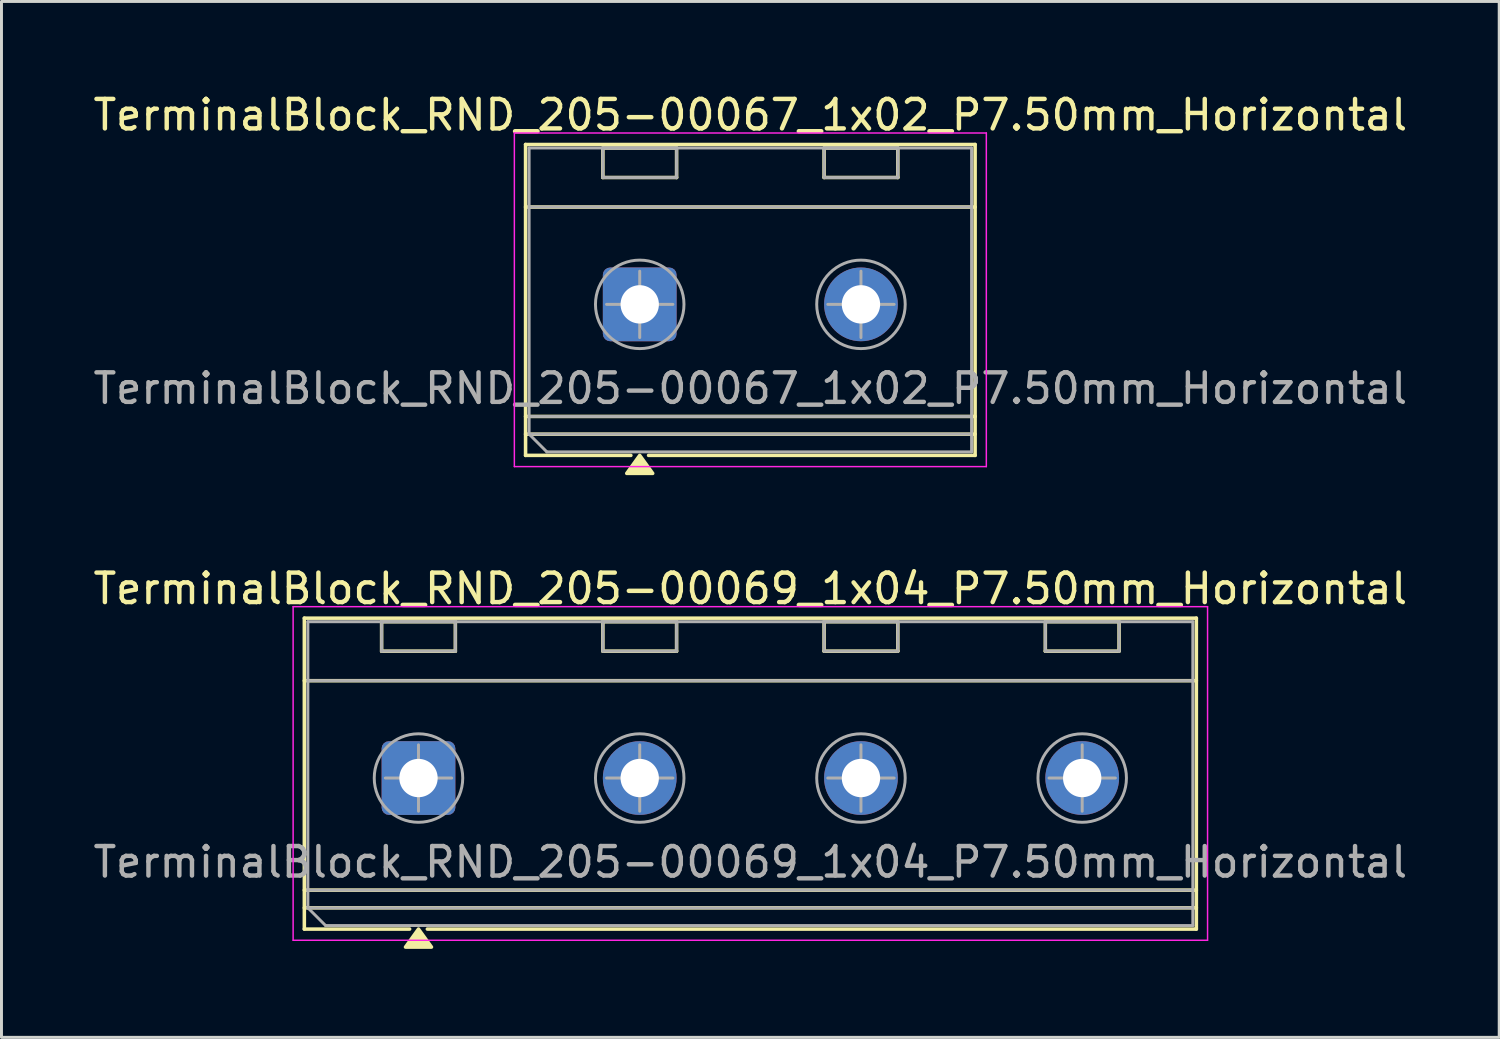
<source format=kicad_pcb>
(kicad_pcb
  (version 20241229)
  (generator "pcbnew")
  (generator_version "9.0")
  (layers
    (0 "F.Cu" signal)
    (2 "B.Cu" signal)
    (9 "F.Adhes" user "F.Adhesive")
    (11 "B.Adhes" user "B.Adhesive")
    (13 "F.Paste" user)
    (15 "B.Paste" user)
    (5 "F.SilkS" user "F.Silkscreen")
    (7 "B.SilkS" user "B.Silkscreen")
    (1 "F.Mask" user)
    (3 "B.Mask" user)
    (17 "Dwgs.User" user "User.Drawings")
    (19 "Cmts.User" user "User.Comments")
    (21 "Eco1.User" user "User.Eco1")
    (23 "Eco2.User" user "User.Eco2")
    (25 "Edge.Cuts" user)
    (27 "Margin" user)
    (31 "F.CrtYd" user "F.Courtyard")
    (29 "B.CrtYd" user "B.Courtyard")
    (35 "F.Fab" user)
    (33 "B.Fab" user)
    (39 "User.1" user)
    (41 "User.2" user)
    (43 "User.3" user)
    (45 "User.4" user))
  (footprint "TerminalBlock_RND_205-00069_1x04_P7.50mm_Horizontal"
    (layer "F.Cu")
    (at 11.137 23.326)
    (property "Reference" "TerminalBlock_RND_205-00069_1x04_P7.50mm_Horizontal" (at 11.25 -6.42 0) (layer "F.SilkS") (effects (font (size 1 1) (thickness 0.15))))
    (attr through_hole)
    (fp_line (start -3.87 -5.42) (end -3.87 5.12) (stroke (width 0.12) (type solid)) (layer "F.SilkS"))
    (fp_line (start -3.87 -5.42) (end 26.37 -5.42) (stroke (width 0.12) (type solid)) (layer "F.SilkS"))
    (fp_line (start -3.87 -3.3) (end 26.37 -3.3) (stroke (width 0.12) (type solid)) (layer "F.SilkS"))
    (fp_line (start -3.87 3.8) (end 26.37 3.8) (stroke (width 0.12) (type solid)) (layer "F.SilkS"))
    (fp_line (start -3.87 4.4) (end 26.37 4.4) (stroke (width 0.12) (type solid)) (layer "F.SilkS"))
    (fp_line (start -3.87 5.12) (end -0.3 5.12) (stroke (width 0.12) (type solid)) (layer "F.SilkS"))
    (fp_line (start -1.25 -5.3) (end -1.25 -4.3) (stroke (width 0.12) (type solid)) (layer "F.SilkS"))
    (fp_line (start -1.25 -5.3) (end 1.25 -5.3) (stroke (width 0.12) (type solid)) (layer "F.SilkS"))
    (fp_line (start -1.25 -4.3) (end 1.25 -4.3) (stroke (width 0.12) (type solid)) (layer "F.SilkS"))
    (fp_line (start 0.3 5.12) (end 26.37 5.12) (stroke (width 0.12) (type solid)) (layer "F.SilkS"))
    (fp_line (start 1.25 -5.3) (end 1.25 -4.3) (stroke (width 0.12) (type solid)) (layer "F.SilkS"))
    (fp_line (start 6.25 -5.3) (end 6.25 -4.3) (stroke (width 0.12) (type solid)) (layer "F.SilkS"))
    (fp_line (start 6.25 -5.3) (end 8.75 -5.3) (stroke (width 0.12) (type solid)) (layer "F.SilkS"))
    (fp_line (start 6.25 -4.3) (end 8.75 -4.3) (stroke (width 0.12) (type solid)) (layer "F.SilkS"))
    (fp_line (start 8.75 -5.3) (end 8.75 -4.3) (stroke (width 0.12) (type solid)) (layer "F.SilkS"))
    (fp_line (start 13.75 -5.3) (end 13.75 -4.3) (stroke (width 0.12) (type solid)) (layer "F.SilkS"))
    (fp_line (start 13.75 -5.3) (end 16.25 -5.3) (stroke (width 0.12) (type solid)) (layer "F.SilkS"))
    (fp_line (start 13.75 -4.3) (end 16.25 -4.3) (stroke (width 0.12) (type solid)) (layer "F.SilkS"))
    (fp_line (start 16.25 -5.3) (end 16.25 -4.3) (stroke (width 0.12) (type solid)) (layer "F.SilkS"))
    (fp_line (start 21.25 -5.3) (end 21.25 -4.3) (stroke (width 0.12) (type solid)) (layer "F.SilkS"))
    (fp_line (start 21.25 -5.3) (end 23.75 -5.3) (stroke (width 0.12) (type solid)) (layer "F.SilkS"))
    (fp_line (start 21.25 -4.3) (end 23.75 -4.3) (stroke (width 0.12) (type solid)) (layer "F.SilkS"))
    (fp_line (start 23.75 -5.3) (end 23.75 -4.3) (stroke (width 0.12) (type solid)) (layer "F.SilkS"))
    (fp_line (start 26.37 -5.42) (end 26.37 5.12) (stroke (width 0.12) (type solid)) (layer "F.SilkS"))
    (fp_poly (pts (xy 0 5.12) (xy 0.44 5.73) (xy -0.44 5.73)) (stroke (width 0.12) (type solid)) (fill yes) (layer "F.SilkS"))
    (fp_line (start -4.25 -5.81) (end -4.25 5.5) (stroke (width 0.05) (type solid)) (layer "F.CrtYd"))
    (fp_line (start -4.25 5.5) (end 26.75 5.5) (stroke (width 0.05) (type solid)) (layer "F.CrtYd"))
    (fp_line (start 26.75 -5.81) (end -4.25 -5.81) (stroke (width 0.05) (type solid)) (layer "F.CrtYd"))
    (fp_line (start 26.75 5.5) (end 26.75 -5.81) (stroke (width 0.05) (type solid)) (layer "F.CrtYd"))
    (fp_line (start -3.75 -5.3) (end 26.25 -5.3) (stroke (width 0.1) (type solid)) (layer "F.Fab"))
    (fp_line (start -3.75 -3.3) (end 26.25 -3.3) (stroke (width 0.1) (type solid)) (layer "F.Fab"))
    (fp_line (start -3.75 3.8) (end 26.25 3.8) (stroke (width 0.1) (type solid)) (layer "F.Fab"))
    (fp_line (start -3.75 4.4) (end -3.75 -5.3) (stroke (width 0.1) (type solid)) (layer "F.Fab"))
    (fp_line (start -3.75 4.4) (end 26.25 4.4) (stroke (width 0.1) (type solid)) (layer "F.Fab"))
    (fp_line (start -3.15 5) (end -3.75 4.4) (stroke (width 0.1) (type solid)) (layer "F.Fab"))
    (fp_line (start -1.25 -5.3) (end -1.25 -4.3) (stroke (width 0.1) (type solid)) (layer "F.Fab"))
    (fp_line (start -1.25 -4.3) (end 1.25 -4.3) (stroke (width 0.1) (type solid)) (layer "F.Fab"))
    (fp_line (start -1.125 0) (end 1.125 0) (stroke (width 0.1) (type solid)) (layer "F.Fab"))
    (fp_line (start 0 -1.125) (end 0 1.125) (stroke (width 0.1) (type solid)) (layer "F.Fab"))
    (fp_line (start 1.25 -5.3) (end -1.25 -5.3) (stroke (width 0.1) (type solid)) (layer "F.Fab"))
    (fp_line (start 1.25 -4.3) (end 1.25 -5.3) (stroke (width 0.1) (type solid)) (layer "F.Fab"))
    (fp_line (start 6.25 -5.3) (end 6.25 -4.3) (stroke (width 0.1) (type solid)) (layer "F.Fab"))
    (fp_line (start 6.25 -4.3) (end 8.75 -4.3) (stroke (width 0.1) (type solid)) (layer "F.Fab"))
    (fp_line (start 6.375 0) (end 8.625 0) (stroke (width 0.1) (type solid)) (layer "F.Fab"))
    (fp_line (start 7.5 -1.125) (end 7.5 1.125) (stroke (width 0.1) (type solid)) (layer "F.Fab"))
    (fp_line (start 8.75 -5.3) (end 6.25 -5.3) (stroke (width 0.1) (type solid)) (layer "F.Fab"))
    (fp_line (start 8.75 -4.3) (end 8.75 -5.3) (stroke (width 0.1) (type solid)) (layer "F.Fab"))
    (fp_line (start 13.75 -5.3) (end 13.75 -4.3) (stroke (width 0.1) (type solid)) (layer "F.Fab"))
    (fp_line (start 13.75 -4.3) (end 16.25 -4.3) (stroke (width 0.1) (type solid)) (layer "F.Fab"))
    (fp_line (start 13.875 0) (end 16.125 0) (stroke (width 0.1) (type solid)) (layer "F.Fab"))
    (fp_line (start 15 -1.125) (end 15 1.125) (stroke (width 0.1) (type solid)) (layer "F.Fab"))
    (fp_line (start 16.25 -5.3) (end 13.75 -5.3) (stroke (width 0.1) (type solid)) (layer "F.Fab"))
    (fp_line (start 16.25 -4.3) (end 16.25 -5.3) (stroke (width 0.1) (type solid)) (layer "F.Fab"))
    (fp_line (start 21.25 -5.3) (end 21.25 -4.3) (stroke (width 0.1) (type solid)) (layer "F.Fab"))
    (fp_line (start 21.25 -4.3) (end 23.75 -4.3) (stroke (width 0.1) (type solid)) (layer "F.Fab"))
    (fp_line (start 21.375 0) (end 23.625 0) (stroke (width 0.1) (type solid)) (layer "F.Fab"))
    (fp_line (start 22.5 -1.125) (end 22.5 1.125) (stroke (width 0.1) (type solid)) (layer "F.Fab"))
    (fp_line (start 23.75 -5.3) (end 21.25 -5.3) (stroke (width 0.1) (type solid)) (layer "F.Fab"))
    (fp_line (start 23.75 -4.3) (end 23.75 -5.3) (stroke (width 0.1) (type solid)) (layer "F.Fab"))
    (fp_line (start 26.25 -5.3) (end 26.25 5) (stroke (width 0.1) (type solid)) (layer "F.Fab"))
    (fp_line (start 26.25 5) (end -3.15 5) (stroke (width 0.1) (type solid)) (layer "F.Fab"))
    (fp_circle (center 0 0) (end 1.5 0) (stroke (width 0.1) (type solid)) (fill no) (layer "F.Fab"))
    (fp_circle (center 7.5 0) (end 9 0) (stroke (width 0.1) (type solid)) (fill no) (layer "F.Fab"))
    (fp_circle (center 15 0) (end 16.5 0) (stroke (width 0.1) (type solid)) (fill no) (layer "F.Fab"))
    (fp_circle (center 22.5 0) (end 24 0) (stroke (width 0.1) (type solid)) (fill no) (layer "F.Fab"))
    (fp_text user "${REFERENCE}" (at 11.25 2.85 0) (layer "F.Fab") (effects (font (size 1 1) (thickness 0.15))))
    (pad "1" thru_hole roundrect (at 0 0) (size 2.5 2.5) (drill 1.3) (layers "*.Cu" "*.Mask") (roundrect_rratio 0.1))
    (pad "2" thru_hole circle (at 7.5 0) (size 2.5 2.5) (drill 1.3) (layers "*.Cu" "*.Mask"))
    (pad "3" thru_hole circle (at 15 0) (size 2.5 2.5) (drill 1.3) (layers "*.Cu" "*.Mask"))
    (pad "4" thru_hole circle (at 22.5 0) (size 2.5 2.5) (drill 1.3) (layers "*.Cu" "*.Mask")))
  (footprint "TerminalBlock_RND_205-00067_1x02_P7.50mm_Horizontal"
    (layer "F.Cu")
    (at 18.637 7.268)
    (property "Reference" "TerminalBlock_RND_205-00067_1x02_P7.50mm_Horizontal" (at 3.75 -6.42 0) (layer "F.SilkS") (effects (font (size 1 1) (thickness 0.15))))
    (attr through_hole)
    (fp_line (start -3.87 -5.42) (end -3.87 5.12) (stroke (width 0.12) (type solid)) (layer "F.SilkS"))
    (fp_line (start -3.87 -5.42) (end 11.37 -5.42) (stroke (width 0.12) (type solid)) (layer "F.SilkS"))
    (fp_line (start -3.87 -3.3) (end 11.37 -3.3) (stroke (width 0.12) (type solid)) (layer "F.SilkS"))
    (fp_line (start -3.87 3.8) (end 11.37 3.8) (stroke (width 0.12) (type solid)) (layer "F.SilkS"))
    (fp_line (start -3.87 4.4) (end 11.37 4.4) (stroke (width 0.12) (type solid)) (layer "F.SilkS"))
    (fp_line (start -3.87 5.12) (end -0.3 5.12) (stroke (width 0.12) (type solid)) (layer "F.SilkS"))
    (fp_line (start -1.25 -5.3) (end -1.25 -4.3) (stroke (width 0.12) (type solid)) (layer "F.SilkS"))
    (fp_line (start -1.25 -5.3) (end 1.25 -5.3) (stroke (width 0.12) (type solid)) (layer "F.SilkS"))
    (fp_line (start -1.25 -4.3) (end 1.25 -4.3) (stroke (width 0.12) (type solid)) (layer "F.SilkS"))
    (fp_line (start 0.3 5.12) (end 11.37 5.12) (stroke (width 0.12) (type solid)) (layer "F.SilkS"))
    (fp_line (start 1.25 -5.3) (end 1.25 -4.3) (stroke (width 0.12) (type solid)) (layer "F.SilkS"))
    (fp_line (start 6.25 -5.3) (end 6.25 -4.3) (stroke (width 0.12) (type solid)) (layer "F.SilkS"))
    (fp_line (start 6.25 -5.3) (end 8.75 -5.3) (stroke (width 0.12) (type solid)) (layer "F.SilkS"))
    (fp_line (start 6.25 -4.3) (end 8.75 -4.3) (stroke (width 0.12) (type solid)) (layer "F.SilkS"))
    (fp_line (start 8.75 -5.3) (end 8.75 -4.3) (stroke (width 0.12) (type solid)) (layer "F.SilkS"))
    (fp_line (start 11.37 -5.42) (end 11.37 5.12) (stroke (width 0.12) (type solid)) (layer "F.SilkS"))
    (fp_poly (pts (xy 0 5.12) (xy 0.44 5.73) (xy -0.44 5.73)) (stroke (width 0.12) (type solid)) (fill yes) (layer "F.SilkS"))
    (fp_line (start -4.25 -5.81) (end -4.25 5.5) (stroke (width 0.05) (type solid)) (layer "F.CrtYd"))
    (fp_line (start -4.25 5.5) (end 11.75 5.5) (stroke (width 0.05) (type solid)) (layer "F.CrtYd"))
    (fp_line (start 11.75 -5.81) (end -4.25 -5.81) (stroke (width 0.05) (type solid)) (layer "F.CrtYd"))
    (fp_line (start 11.75 5.5) (end 11.75 -5.81) (stroke (width 0.05) (type solid)) (layer "F.CrtYd"))
    (fp_line (start -3.75 -5.3) (end 11.25 -5.3) (stroke (width 0.1) (type solid)) (layer "F.Fab"))
    (fp_line (start -3.75 -3.3) (end 11.25 -3.3) (stroke (width 0.1) (type solid)) (layer "F.Fab"))
    (fp_line (start -3.75 3.8) (end 11.25 3.8) (stroke (width 0.1) (type solid)) (layer "F.Fab"))
    (fp_line (start -3.75 4.4) (end -3.75 -5.3) (stroke (width 0.1) (type solid)) (layer "F.Fab"))
    (fp_line (start -3.75 4.4) (end 11.25 4.4) (stroke (width 0.1) (type solid)) (layer "F.Fab"))
    (fp_line (start -3.15 5) (end -3.75 4.4) (stroke (width 0.1) (type solid)) (layer "F.Fab"))
    (fp_line (start -1.25 -5.3) (end -1.25 -4.3) (stroke (width 0.1) (type solid)) (layer "F.Fab"))
    (fp_line (start -1.25 -4.3) (end 1.25 -4.3) (stroke (width 0.1) (type solid)) (layer "F.Fab"))
    (fp_line (start -1.125 0) (end 1.125 0) (stroke (width 0.1) (type solid)) (layer "F.Fab"))
    (fp_line (start 0 -1.125) (end 0 1.125) (stroke (width 0.1) (type solid)) (layer "F.Fab"))
    (fp_line (start 1.25 -5.3) (end -1.25 -5.3) (stroke (width 0.1) (type solid)) (layer "F.Fab"))
    (fp_line (start 1.25 -4.3) (end 1.25 -5.3) (stroke (width 0.1) (type solid)) (layer "F.Fab"))
    (fp_line (start 6.25 -5.3) (end 6.25 -4.3) (stroke (width 0.1) (type solid)) (layer "F.Fab"))
    (fp_line (start 6.25 -4.3) (end 8.75 -4.3) (stroke (width 0.1) (type solid)) (layer "F.Fab"))
    (fp_line (start 6.375 0) (end 8.625 0) (stroke (width 0.1) (type solid)) (layer "F.Fab"))
    (fp_line (start 7.5 -1.125) (end 7.5 1.125) (stroke (width 0.1) (type solid)) (layer "F.Fab"))
    (fp_line (start 8.75 -5.3) (end 6.25 -5.3) (stroke (width 0.1) (type solid)) (layer "F.Fab"))
    (fp_line (start 8.75 -4.3) (end 8.75 -5.3) (stroke (width 0.1) (type solid)) (layer "F.Fab"))
    (fp_line (start 11.25 -5.3) (end 11.25 5) (stroke (width 0.1) (type solid)) (layer "F.Fab"))
    (fp_line (start 11.25 5) (end -3.15 5) (stroke (width 0.1) (type solid)) (layer "F.Fab"))
    (fp_circle (center 0 0) (end 1.5 0) (stroke (width 0.1) (type solid)) (fill no) (layer "F.Fab"))
    (fp_circle (center 7.5 0) (end 9 0) (stroke (width 0.1) (type solid)) (fill no) (layer "F.Fab"))
    (fp_text user "${REFERENCE}" (at 3.75 2.85 0) (layer "F.Fab") (effects (font (size 1 1) (thickness 0.15))))
    (pad "1" thru_hole roundrect (at 0 0) (size 2.5 2.5) (drill 1.3) (layers "*.Cu" "*.Mask") (roundrect_rratio 0.1))
    (pad "2" thru_hole circle (at 7.5 0) (size 2.5 2.5) (drill 1.3) (layers "*.Cu" "*.Mask")))
  (gr_rect
    (start -3 -3)
    (end 47.774 32.117)
    (stroke (width 0.1) (type default))
    (fill no)
    (layer "Edge.Cuts")))
</source>
